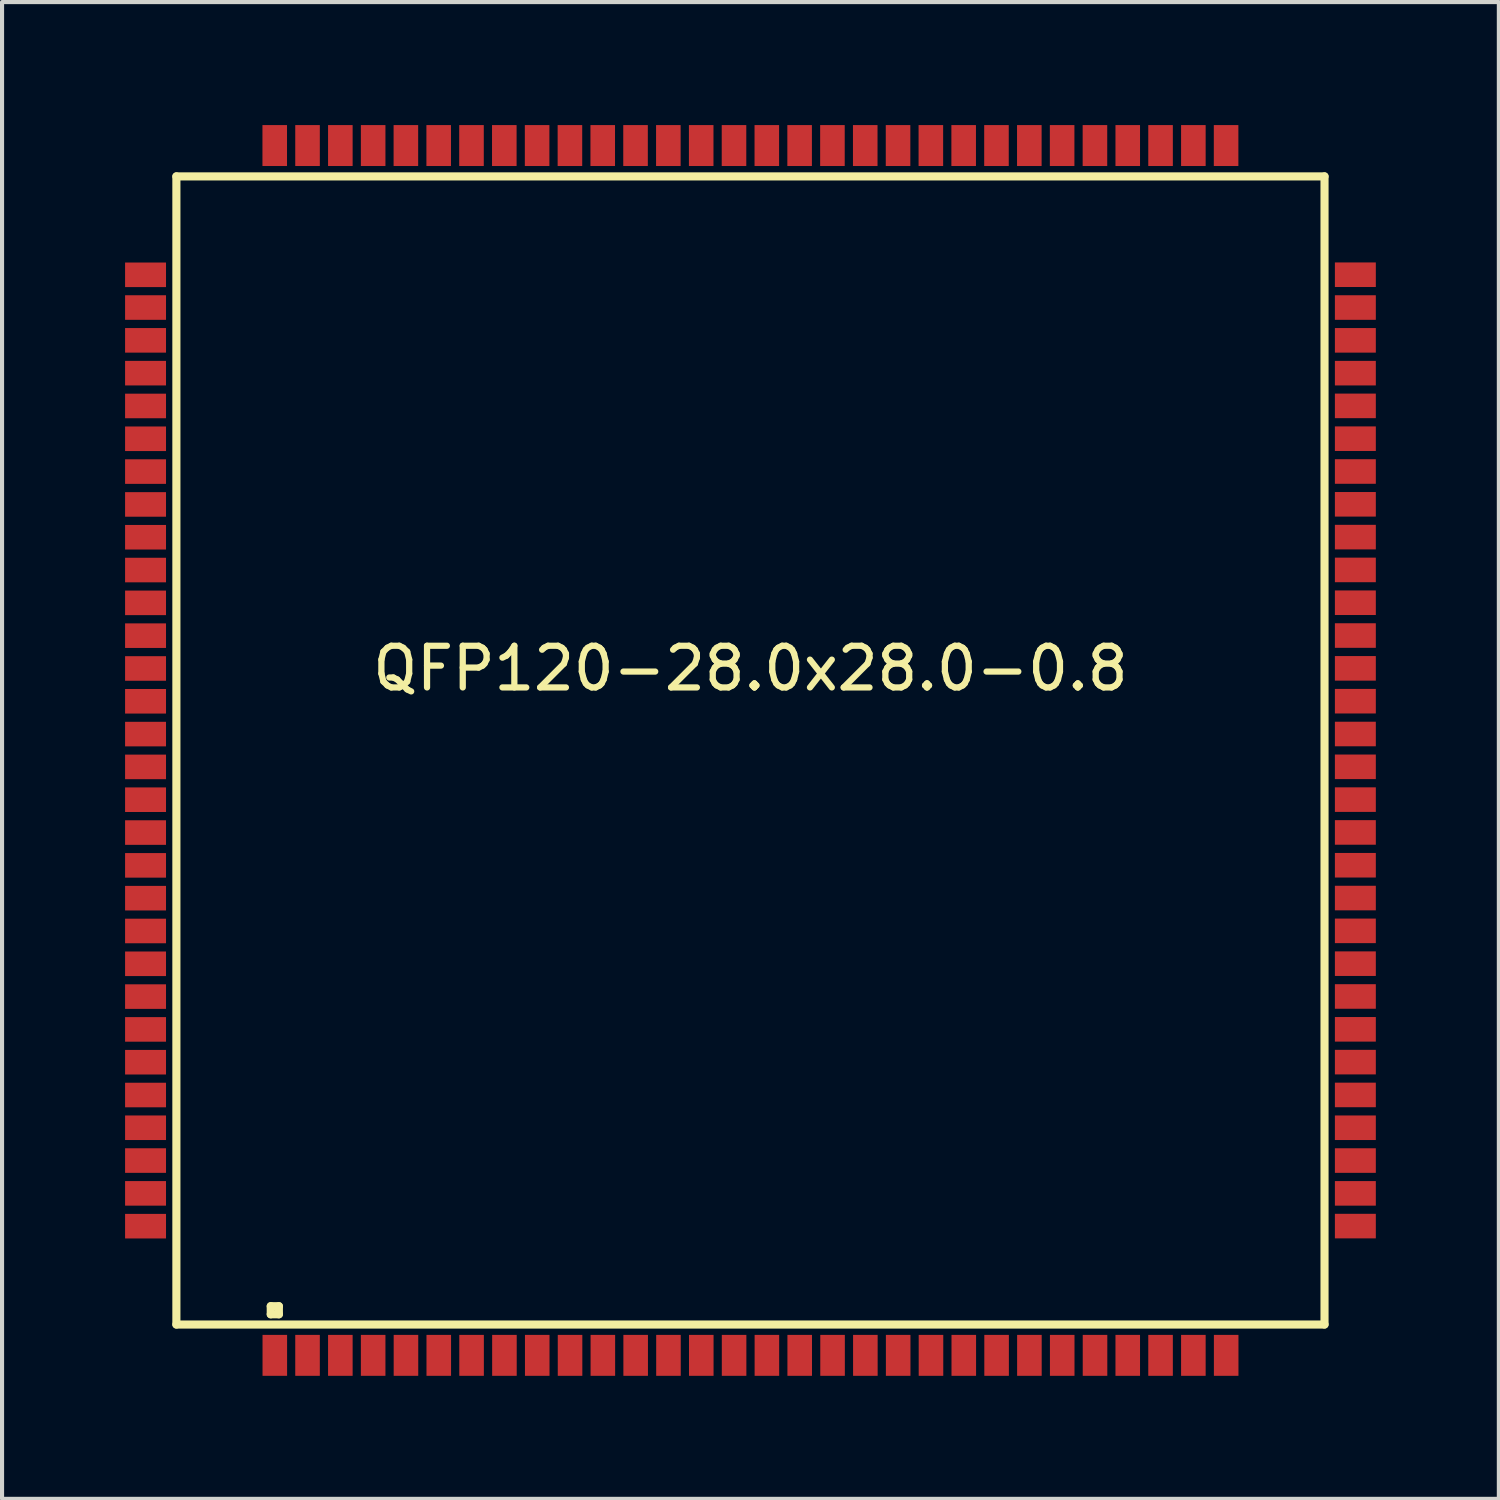
<source format=kicad_pcb>
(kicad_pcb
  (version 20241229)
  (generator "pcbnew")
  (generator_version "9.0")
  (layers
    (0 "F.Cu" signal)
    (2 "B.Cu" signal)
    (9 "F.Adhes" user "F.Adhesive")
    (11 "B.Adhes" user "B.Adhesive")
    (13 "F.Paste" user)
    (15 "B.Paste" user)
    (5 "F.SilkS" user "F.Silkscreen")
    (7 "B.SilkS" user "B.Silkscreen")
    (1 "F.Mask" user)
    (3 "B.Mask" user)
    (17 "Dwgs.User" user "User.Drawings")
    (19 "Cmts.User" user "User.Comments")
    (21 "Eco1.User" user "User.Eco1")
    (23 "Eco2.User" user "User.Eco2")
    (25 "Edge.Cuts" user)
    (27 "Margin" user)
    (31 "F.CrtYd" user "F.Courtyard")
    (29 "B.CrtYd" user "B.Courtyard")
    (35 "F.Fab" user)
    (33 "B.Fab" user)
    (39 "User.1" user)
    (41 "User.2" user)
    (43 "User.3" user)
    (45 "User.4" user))
  (footprint "QFP120-28.0x28.0-0.8"
    (layer "F.Cu")
    (at 15.249 15.249)
    (property "Reference" "QFP120-28.0x28.0-0.8" (at 0 -1.999 0) (layer "F.SilkS") (effects (font (size 1.016 1.016) (thickness 0.152))))
    (attr through_hole)
    (fp_line (start -13.998 -13.998) (end 13.998 -13.998) (stroke (width 0.198) (type solid)) (layer "F.SilkS"))
    (fp_line (start -13.998 13.998) (end -13.998 -13.998) (stroke (width 0.198) (type solid)) (layer "F.SilkS"))
    (fp_line (start -11.697 13.551) (end -11.499 13.551) (stroke (width 0.198) (type solid)) (layer "F.SilkS"))
    (fp_line (start -11.697 13.749) (end -11.697 13.551) (stroke (width 0.198) (type solid)) (layer "F.SilkS"))
    (fp_line (start -11.499 13.551) (end -11.499 13.749) (stroke (width 0.198) (type solid)) (layer "F.SilkS"))
    (fp_line (start -11.499 13.749) (end -11.697 13.749) (stroke (width 0.198) (type solid)) (layer "F.SilkS"))
    (fp_line (start 13.998 -13.998) (end 13.998 13.998) (stroke (width 0.198) (type solid)) (layer "F.SilkS"))
    (fp_line (start 13.998 13.998) (end -13.998 13.998) (stroke (width 0.198) (type solid)) (layer "F.SilkS"))
    (pad "1" smd rect (at -11.598 14.75) (size 0.599 0.998) (layers "*.Mask" "F.Cu"))
    (pad "2" smd rect (at -10.8 14.75) (size 0.599 0.998) (layers "*.Mask" "F.Cu"))
    (pad "3" smd rect (at -10 14.75) (size 0.599 0.998) (layers "*.Mask" "F.Cu"))
    (pad "4" smd rect (at -9.2 14.75) (size 0.599 0.998) (layers "*.Mask" "F.Cu"))
    (pad "5" smd rect (at -8.4 14.75) (size 0.599 0.998) (layers "*.Mask" "F.Cu"))
    (pad "6" smd rect (at -7.6 14.75) (size 0.599 0.998) (layers "*.Mask" "F.Cu"))
    (pad "7" smd rect (at -6.8 14.75) (size 0.599 0.998) (layers "*.Mask" "F.Cu"))
    (pad "8" smd rect (at -5.999 14.75) (size 0.599 0.998) (layers "*.Mask" "F.Cu"))
    (pad "9" smd rect (at -5.199 14.75) (size 0.599 0.998) (layers "*.Mask" "F.Cu"))
    (pad "10" smd rect (at -4.399 14.75) (size 0.599 0.998) (layers "*.Mask" "F.Cu"))
    (pad "11" smd rect (at -3.599 14.75) (size 0.599 0.998) (layers "*.Mask" "F.Cu"))
    (pad "12" smd rect (at -2.799 14.75) (size 0.599 0.998) (layers "*.Mask" "F.Cu"))
    (pad "13" smd rect (at -1.999 14.75) (size 0.599 0.998) (layers "*.Mask" "F.Cu"))
    (pad "14" smd rect (at -1.199 14.75) (size 0.599 0.998) (layers "*.Mask" "F.Cu"))
    (pad "15" smd rect (at -0.399 14.75) (size 0.599 0.998) (layers "*.Mask" "F.Cu"))
    (pad "16" smd rect (at 0.401 14.75) (size 0.599 0.998) (layers "*.Mask" "F.Cu"))
    (pad "17" smd rect (at 1.201 14.75) (size 0.599 0.998) (layers "*.Mask" "F.Cu"))
    (pad "18" smd rect (at 2.002 14.75) (size 0.599 0.998) (layers "*.Mask" "F.Cu"))
    (pad "19" smd rect (at 2.802 14.75) (size 0.599 0.998) (layers "*.Mask" "F.Cu"))
    (pad "20" smd rect (at 3.602 14.75) (size 0.599 0.998) (layers "*.Mask" "F.Cu"))
    (pad "21" smd rect (at 4.402 14.75) (size 0.599 0.998) (layers "*.Mask" "F.Cu"))
    (pad "22" smd rect (at 5.202 14.75) (size 0.599 0.998) (layers "*.Mask" "F.Cu"))
    (pad "23" smd rect (at 6.002 14.75) (size 0.599 0.998) (layers "*.Mask" "F.Cu"))
    (pad "24" smd rect (at 6.802 14.75) (size 0.599 0.998) (layers "*.Mask" "F.Cu"))
    (pad "25" smd rect (at 7.602 14.75) (size 0.599 0.998) (layers "*.Mask" "F.Cu"))
    (pad "26" smd rect (at 8.402 14.75) (size 0.599 0.998) (layers "*.Mask" "F.Cu"))
    (pad "27" smd rect (at 9.2 14.75) (size 0.599 0.998) (layers "*.Mask" "F.Cu"))
    (pad "28" smd rect (at 10 14.75) (size 0.599 0.998) (layers "*.Mask" "F.Cu"))
    (pad "29" smd rect (at 10.8 14.75) (size 0.599 0.998) (layers "*.Mask" "F.Cu"))
    (pad "30" smd rect (at 11.6 14.75) (size 0.599 0.998) (layers "*.Mask" "F.Cu"))
    (pad "31" smd rect (at 14.75 11.598 90) (size 0.599 0.998) (layers "*.Mask" "F.Cu"))
    (pad "32" smd rect (at 14.75 10.8 90) (size 0.599 0.998) (layers "*.Mask" "F.Cu"))
    (pad "33" smd rect (at 14.75 10 90) (size 0.599 0.998) (layers "*.Mask" "F.Cu"))
    (pad "34" smd rect (at 14.75 9.2 90) (size 0.599 0.998) (layers "*.Mask" "F.Cu"))
    (pad "35" smd rect (at 14.75 8.4 90) (size 0.599 0.998) (layers "*.Mask" "F.Cu"))
    (pad "36" smd rect (at 14.75 7.6 90) (size 0.599 0.998) (layers "*.Mask" "F.Cu"))
    (pad "37" smd rect (at 14.75 6.8 90) (size 0.599 0.998) (layers "*.Mask" "F.Cu"))
    (pad "38" smd rect (at 14.75 5.999 90) (size 0.599 0.998) (layers "*.Mask" "F.Cu"))
    (pad "39" smd rect (at 14.75 5.199 90) (size 0.599 0.998) (layers "*.Mask" "F.Cu"))
    (pad "40" smd rect (at 14.75 4.399 90) (size 0.599 0.998) (layers "*.Mask" "F.Cu"))
    (pad "41" smd rect (at 14.75 3.599 90) (size 0.599 0.998) (layers "*.Mask" "F.Cu"))
    (pad "42" smd rect (at 14.75 2.799 90) (size 0.599 0.998) (layers "*.Mask" "F.Cu"))
    (pad "43" smd rect (at 14.75 1.999 90) (size 0.599 0.998) (layers "*.Mask" "F.Cu"))
    (pad "44" smd rect (at 14.75 1.199 90) (size 0.599 0.998) (layers "*.Mask" "F.Cu"))
    (pad "45" smd rect (at 14.75 0.399 90) (size 0.599 0.998) (layers "*.Mask" "F.Cu"))
    (pad "46" smd rect (at 14.75 -0.401 90) (size 0.599 0.998) (layers "*.Mask" "F.Cu"))
    (pad "47" smd rect (at 14.75 -1.201 90) (size 0.599 0.998) (layers "*.Mask" "F.Cu"))
    (pad "48" smd rect (at 14.75 -2.002 90) (size 0.599 0.998) (layers "*.Mask" "F.Cu"))
    (pad "49" smd rect (at 14.75 -2.802 90) (size 0.599 0.998) (layers "*.Mask" "F.Cu"))
    (pad "50" smd rect (at 14.75 -3.602 90) (size 0.599 0.998) (layers "*.Mask" "F.Cu"))
    (pad "51" smd rect (at 14.75 -4.402 90) (size 0.599 0.998) (layers "*.Mask" "F.Cu"))
    (pad "52" smd rect (at 14.75 -5.202 90) (size 0.599 0.998) (layers "*.Mask" "F.Cu"))
    (pad "53" smd rect (at 14.75 -6.002 90) (size 0.599 0.998) (layers "*.Mask" "F.Cu"))
    (pad "54" smd rect (at 14.75 -6.802 90) (size 0.599 0.998) (layers "*.Mask" "F.Cu"))
    (pad "55" smd rect (at 14.75 -7.602 90) (size 0.599 0.998) (layers "*.Mask" "F.Cu"))
    (pad "56" smd rect (at 14.75 -8.402 90) (size 0.599 0.998) (layers "*.Mask" "F.Cu"))
    (pad "57" smd rect (at 14.75 -9.2 90) (size 0.599 0.998) (layers "*.Mask" "F.Cu"))
    (pad "58" smd rect (at 14.75 -10 90) (size 0.599 0.998) (layers "*.Mask" "F.Cu"))
    (pad "59" smd rect (at 14.75 -10.8 90) (size 0.599 0.998) (layers "*.Mask" "F.Cu"))
    (pad "60" smd rect (at 14.75 -11.6 90) (size 0.599 0.998) (layers "*.Mask" "F.Cu"))
    (pad "61" smd rect (at 11.598 -14.75) (size 0.599 0.998) (layers "*.Mask" "F.Cu"))
    (pad "62" smd rect (at 10.8 -14.75) (size 0.599 0.998) (layers "*.Mask" "F.Cu"))
    (pad "63" smd rect (at 10 -14.75) (size 0.599 0.998) (layers "*.Mask" "F.Cu"))
    (pad "64" smd rect (at 9.2 -14.75) (size 0.599 0.998) (layers "*.Mask" "F.Cu"))
    (pad "65" smd rect (at 8.4 -14.75) (size 0.599 0.998) (layers "*.Mask" "F.Cu"))
    (pad "66" smd rect (at 7.6 -14.75) (size 0.599 0.998) (layers "*.Mask" "F.Cu"))
    (pad "67" smd rect (at 6.8 -14.75) (size 0.599 0.998) (layers "*.Mask" "F.Cu"))
    (pad "68" smd rect (at 5.999 -14.75) (size 0.599 0.998) (layers "*.Mask" "F.Cu"))
    (pad "69" smd rect (at 5.199 -14.75) (size 0.599 0.998) (layers "*.Mask" "F.Cu"))
    (pad "70" smd rect (at 4.399 -14.75) (size 0.599 0.998) (layers "*.Mask" "F.Cu"))
    (pad "71" smd rect (at 3.599 -14.75) (size 0.599 0.998) (layers "*.Mask" "F.Cu"))
    (pad "72" smd rect (at 2.799 -14.75) (size 0.599 0.998) (layers "*.Mask" "F.Cu"))
    (pad "73" smd rect (at 1.999 -14.75) (size 0.599 0.998) (layers "*.Mask" "F.Cu"))
    (pad "74" smd rect (at 1.199 -14.75) (size 0.599 0.998) (layers "*.Mask" "F.Cu"))
    (pad "75" smd rect (at 0.399 -14.75) (size 0.599 0.998) (layers "*.Mask" "F.Cu"))
    (pad "76" smd rect (at -0.401 -14.75) (size 0.599 0.998) (layers "*.Mask" "F.Cu"))
    (pad "77" smd rect (at -1.201 -14.75) (size 0.599 0.998) (layers "*.Mask" "F.Cu"))
    (pad "78" smd rect (at -2.002 -14.75) (size 0.599 0.998) (layers "*.Mask" "F.Cu"))
    (pad "79" smd rect (at -2.802 -14.75) (size 0.599 0.998) (layers "*.Mask" "F.Cu"))
    (pad "80" smd rect (at -3.602 -14.75) (size 0.599 0.998) (layers "*.Mask" "F.Cu"))
    (pad "81" smd rect (at -4.402 -14.75) (size 0.599 0.998) (layers "*.Mask" "F.Cu"))
    (pad "82" smd rect (at -5.202 -14.75) (size 0.599 0.998) (layers "*.Mask" "F.Cu"))
    (pad "83" smd rect (at -6.002 -14.75) (size 0.599 0.998) (layers "*.Mask" "F.Cu"))
    (pad "84" smd rect (at -6.802 -14.75) (size 0.599 0.998) (layers "*.Mask" "F.Cu"))
    (pad "85" smd rect (at -7.602 -14.75) (size 0.599 0.998) (layers "*.Mask" "F.Cu"))
    (pad "86" smd rect (at -8.402 -14.75) (size 0.599 0.998) (layers "*.Mask" "F.Cu"))
    (pad "87" smd rect (at -9.2 -14.75) (size 0.599 0.998) (layers "*.Mask" "F.Cu"))
    (pad "88" smd rect (at -10 -14.75) (size 0.599 0.998) (layers "*.Mask" "F.Cu"))
    (pad "89" smd rect (at -10.8 -14.75) (size 0.599 0.998) (layers "*.Mask" "F.Cu"))
    (pad "90" smd rect (at -11.6 -14.75) (size 0.599 0.998) (layers "*.Mask" "F.Cu"))
    (pad "91" smd rect (at -14.75 -11.598 90) (size 0.599 0.998) (layers "*.Mask" "F.Cu"))
    (pad "92" smd rect (at -14.75 -10.8 90) (size 0.599 0.998) (layers "*.Mask" "F.Cu"))
    (pad "93" smd rect (at -14.75 -10 90) (size 0.599 0.998) (layers "*.Mask" "F.Cu"))
    (pad "94" smd rect (at -14.75 -9.2 90) (size 0.599 0.998) (layers "*.Mask" "F.Cu"))
    (pad "95" smd rect (at -14.75 -8.4 90) (size 0.599 0.998) (layers "*.Mask" "F.Cu"))
    (pad "96" smd rect (at -14.75 -7.6 90) (size 0.599 0.998) (layers "*.Mask" "F.Cu"))
    (pad "97" smd rect (at -14.75 -6.8 90) (size 0.599 0.998) (layers "*.Mask" "F.Cu"))
    (pad "98" smd rect (at -14.75 -5.999 90) (size 0.599 0.998) (layers "*.Mask" "F.Cu"))
    (pad "99" smd rect (at -14.75 -5.199 90) (size 0.599 0.998) (layers "*.Mask" "F.Cu"))
    (pad "100" smd rect (at -14.75 -4.399 90) (size 0.599 0.998) (layers "*.Mask" "F.Cu"))
    (pad "101" smd rect (at -14.75 -3.599 90) (size 0.599 0.998) (layers "*.Mask" "F.Cu"))
    (pad "102" smd rect (at -14.75 -2.799 90) (size 0.599 0.998) (layers "*.Mask" "F.Cu"))
    (pad "103" smd rect (at -14.75 -1.999 90) (size 0.599 0.998) (layers "*.Mask" "F.Cu"))
    (pad "104" smd rect (at -14.75 -1.199 90) (size 0.599 0.998) (layers "*.Mask" "F.Cu"))
    (pad "105" smd rect (at -14.75 -0.399 90) (size 0.599 0.998) (layers "*.Mask" "F.Cu"))
    (pad "106" smd rect (at -14.75 0.401 90) (size 0.599 0.998) (layers "*.Mask" "F.Cu"))
    (pad "107" smd rect (at -14.75 1.201 90) (size 0.599 0.998) (layers "*.Mask" "F.Cu"))
    (pad "108" smd rect (at -14.75 2.002 90) (size 0.599 0.998) (layers "*.Mask" "F.Cu"))
    (pad "109" smd rect (at -14.75 2.802 90) (size 0.599 0.998) (layers "*.Mask" "F.Cu"))
    (pad "110" smd rect (at -14.75 3.602 90) (size 0.599 0.998) (layers "*.Mask" "F.Cu"))
    (pad "111" smd rect (at -14.75 4.402 90) (size 0.599 0.998) (layers "*.Mask" "F.Cu"))
    (pad "112" smd rect (at -14.75 5.202 90) (size 0.599 0.998) (layers "*.Mask" "F.Cu"))
    (pad "113" smd rect (at -14.75 6.002 90) (size 0.599 0.998) (layers "*.Mask" "F.Cu"))
    (pad "114" smd rect (at -14.75 6.802 90) (size 0.599 0.998) (layers "*.Mask" "F.Cu"))
    (pad "115" smd rect (at -14.75 7.602 90) (size 0.599 0.998) (layers "*.Mask" "F.Cu"))
    (pad "116" smd rect (at -14.75 8.402 90) (size 0.599 0.998) (layers "*.Mask" "F.Cu"))
    (pad "117" smd rect (at -14.75 9.2 90) (size 0.599 0.998) (layers "*.Mask" "F.Cu"))
    (pad "118" smd rect (at -14.75 10 90) (size 0.599 0.998) (layers "*.Mask" "F.Cu"))
    (pad "119" smd rect (at -14.75 10.8 90) (size 0.599 0.998) (layers "*.Mask" "F.Cu"))
    (pad "120" smd rect (at -14.75 11.6 90) (size 0.599 0.998) (layers "*.Mask" "F.Cu")))
  (gr_rect
    (start -3 -3)
    (end 33.498 33.498)
    (stroke (width 0.1) (type default))
    (fill no)
    (layer "Edge.Cuts")))
</source>
